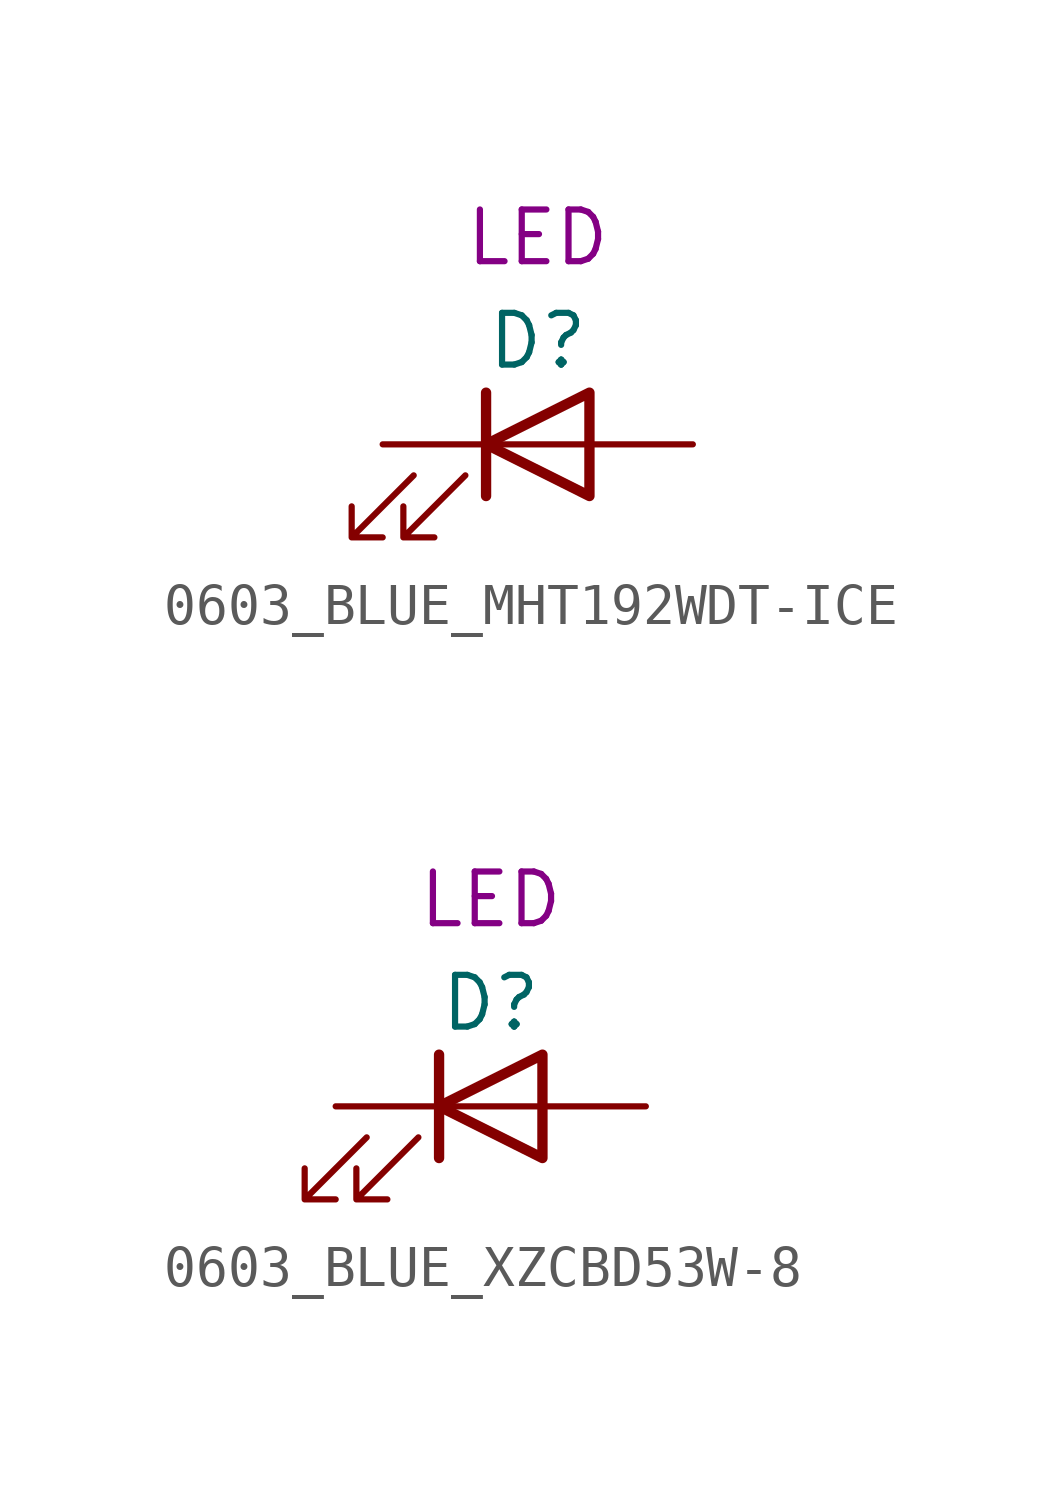
<source format=kicad_sym>
(kicad_symbol_lib
  (version 20231120)
  (generator "kicad_symbol_editor")
  (generator_version "8.0")
  (symbol "0603_BLUE_MHT192WDT-ICE"
    (pin_numbers hide)
    (pin_names
      (offset 1.016) hide)
    (property "Reference" "D"
      (at 0 2.54 0)
      (effects (font (size 1.27 1.27))))
    (property "UserValue" "LED"
      (at 0 5.08 0)
      (effects (font (size 1.27 1.27))))
    (symbol "0603_BLUE_MHT192WDT-ICE_0_1"
      (polyline (pts (xy -1.27 -1.27) (xy -1.27 1.27)) (stroke (width 0.254) (type default)) (fill (type none)))
      (polyline (pts (xy -1.27 0) (xy 1.27 0)) (stroke (width 0) (type default)) (fill (type none)))
      (polyline (pts (xy 1.27 -1.27) (xy 1.27 1.27) (xy -1.27 0) (xy 1.27 -1.27)) (stroke (width 0.254) (type default)) (fill (type none)))
      (polyline (pts (xy -3.048 -0.762) (xy -4.572 -2.286) (xy -3.81 -2.286) (xy -4.572 -2.286) (xy -4.572 -1.524)) (stroke (width 0) (type default)) (fill (type none)))
      (polyline (pts (xy -1.778 -0.762) (xy -3.302 -2.286) (xy -2.54 -2.286) (xy -3.302 -2.286) (xy -3.302 -1.524)) (stroke (width 0) (type default)) (fill (type none))))
    (symbol "0603_BLUE_MHT192WDT-ICE_1_1"
      (pin passive line (at -3.81 0 0) (length 2.54) (name "K" (effects (font (size 1.27 1.27)))) (number "1" (effects (font (size 1.27 1.27)))))
      (pin passive line (at 3.81 0 180) (length 2.54) (name "A" (effects (font (size 1.27 1.27)))) (number "2" (effects (font (size 1.27 1.27)))))))
  (symbol "0603_BLUE_XZCBD53W-8"
    (pin_numbers hide)
    (pin_names
      (offset 1.016) hide)
    (property "Reference" "D"
      (at 0 2.54 0)
      (effects (font (size 1.27 1.27))))
    (property "UserValue" "LED"
      (at 0 5.08 0)
      (effects (font (size 1.27 1.27))))
    (symbol "0603_BLUE_XZCBD53W-8_0_1"
      (polyline (pts (xy -1.27 -1.27) (xy -1.27 1.27)) (stroke (width 0.254) (type default)) (fill (type none)))
      (polyline (pts (xy -1.27 0) (xy 1.27 0)) (stroke (width 0) (type default)) (fill (type none)))
      (polyline (pts (xy 1.27 -1.27) (xy 1.27 1.27) (xy -1.27 0) (xy 1.27 -1.27)) (stroke (width 0.254) (type default)) (fill (type none)))
      (polyline (pts (xy -3.048 -0.762) (xy -4.572 -2.286) (xy -3.81 -2.286) (xy -4.572 -2.286) (xy -4.572 -1.524)) (stroke (width 0) (type default)) (fill (type none)))
      (polyline (pts (xy -1.778 -0.762) (xy -3.302 -2.286) (xy -2.54 -2.286) (xy -3.302 -2.286) (xy -3.302 -1.524)) (stroke (width 0) (type default)) (fill (type none))))
    (symbol "0603_BLUE_XZCBD53W-8_1_1"
      (pin passive line (at -3.81 0 0) (length 2.54) (name "K" (effects (font (size 1.27 1.27)))) (number "1" (effects (font (size 1.27 1.27)))))
      (pin passive line (at 3.81 0 180) (length 2.54) (name "A" (effects (font (size 1.27 1.27)))) (number "2" (effects (font (size 1.27 1.27))))))))
</source>
